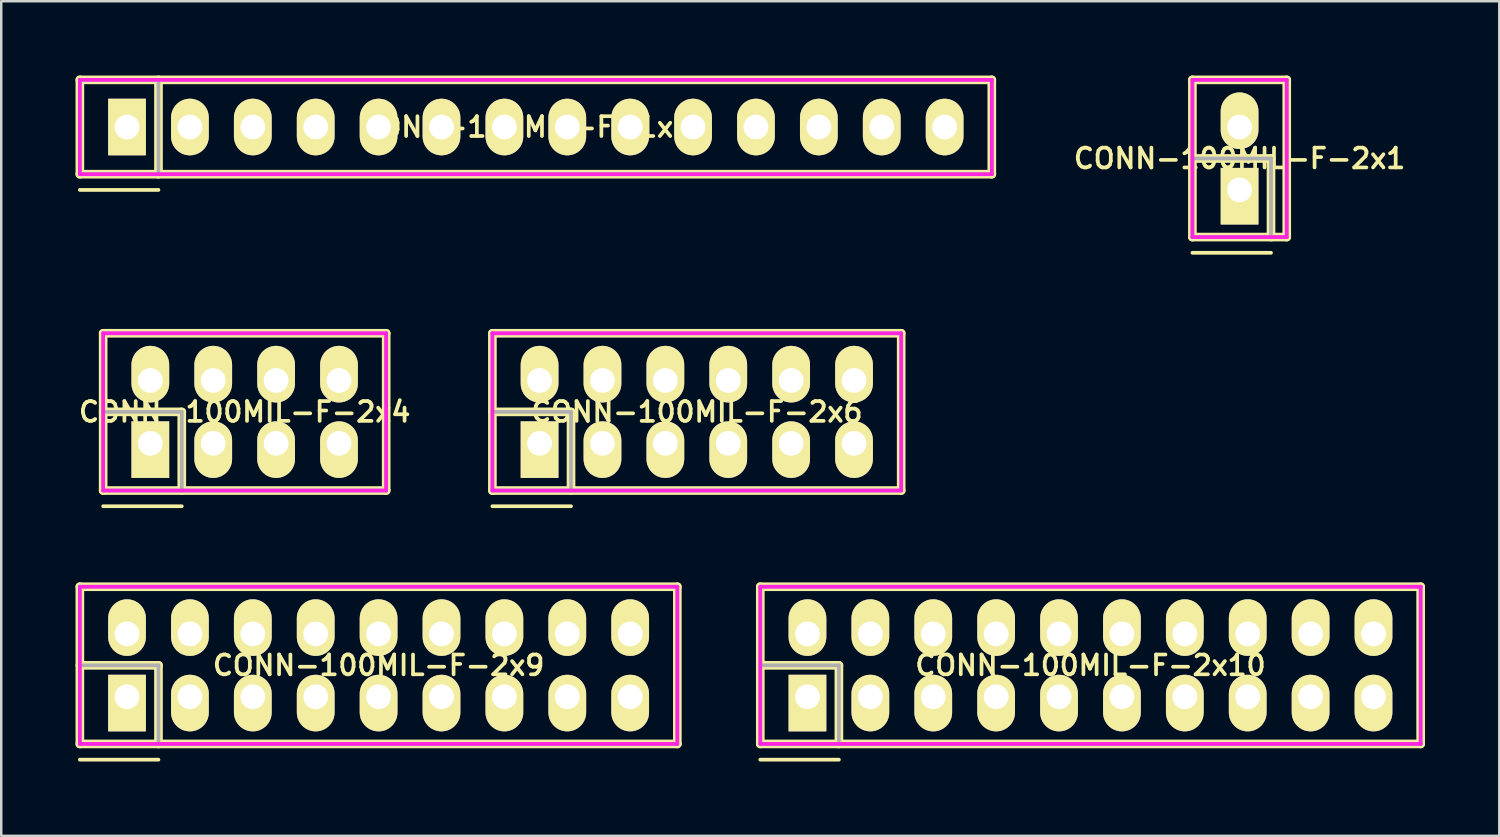
<source format=kicad_pcb>
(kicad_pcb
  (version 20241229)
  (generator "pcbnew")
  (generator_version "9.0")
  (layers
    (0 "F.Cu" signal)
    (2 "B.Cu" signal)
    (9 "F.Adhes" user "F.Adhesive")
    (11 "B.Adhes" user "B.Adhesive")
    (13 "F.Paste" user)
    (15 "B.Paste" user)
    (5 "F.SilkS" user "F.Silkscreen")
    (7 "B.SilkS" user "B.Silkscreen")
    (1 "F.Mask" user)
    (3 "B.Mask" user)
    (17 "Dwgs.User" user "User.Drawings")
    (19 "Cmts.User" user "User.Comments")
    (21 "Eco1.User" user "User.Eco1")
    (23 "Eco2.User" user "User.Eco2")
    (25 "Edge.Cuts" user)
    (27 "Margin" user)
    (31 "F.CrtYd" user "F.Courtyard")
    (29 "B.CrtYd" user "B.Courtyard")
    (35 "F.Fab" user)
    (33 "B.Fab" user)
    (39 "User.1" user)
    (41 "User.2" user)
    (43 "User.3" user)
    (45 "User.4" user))
  (footprint "CONN-100MIL-F-1x14"
    (layer "F.Cu")
    (at 18.59 2.08)
    (property "Reference" "CONN-100MIL-F-1x14" (at 0 0 0) (layer "F.SilkS") (effects (font (size 0.8 0.8) (thickness 0.15))))
    (attr through_hole)
    (fp_line (start -18.415 -1.905) (end 18.415 -1.905) (stroke (width 0.35) (type solid)) (layer "F.SilkS"))
    (fp_line (start -18.415 1.905) (end -18.415 -1.905) (stroke (width 0.35) (type solid)) (layer "F.SilkS"))
    (fp_line (start -18.415 2.54) (end -15.24 2.54) (stroke (width 0.15) (type solid)) (layer "F.SilkS"))
    (fp_line (start -15.24 -1.905) (end -15.24 1.905) (stroke (width 0.35) (type solid)) (layer "F.SilkS"))
    (fp_line (start 18.415 -1.905) (end 18.415 1.905) (stroke (width 0.35) (type solid)) (layer "F.SilkS"))
    (fp_line (start 18.415 1.905) (end -18.415 1.905) (stroke (width 0.35) (type solid)) (layer "F.SilkS"))
    (fp_line (start -18.415 -1.905) (end 18.415 -1.905) (stroke (width 0.15) (type solid)) (layer "F.CrtYd"))
    (fp_line (start -18.415 1.905) (end -18.415 -1.905) (stroke (width 0.15) (type solid)) (layer "F.CrtYd"))
    (fp_line (start 18.415 -1.905) (end 18.415 1.905) (stroke (width 0.15) (type solid)) (layer "F.CrtYd"))
    (fp_line (start 18.415 1.905) (end -18.415 1.905) (stroke (width 0.15) (type solid)) (layer "F.CrtYd"))
    (fp_line (start -18.415 -1.905) (end 18.415 -1.905) (stroke (width 0.15) (type solid)) (layer "F.Fab"))
    (fp_line (start -18.415 1.905) (end -18.415 -1.905) (stroke (width 0.15) (type solid)) (layer "F.Fab"))
    (fp_line (start -15.24 -1.905) (end -15.24 1.905) (stroke (width 0.15) (type solid)) (layer "F.Fab"))
    (fp_line (start 18.415 -1.905) (end 18.415 1.905) (stroke (width 0.15) (type solid)) (layer "F.Fab"))
    (fp_line (start 18.415 1.905) (end -18.415 1.905) (stroke (width 0.15) (type solid)) (layer "F.Fab"))
    (pad "1" thru_hole rect (at -16.51 0) (size 1.524 2.286) (drill 1) (layers "*.Cu" "*.Mask" "F.SilkS"))
    (pad "2" thru_hole oval (at -13.97 0) (size 1.524 2.286) (drill 1) (layers "*.Cu" "*.Mask" "F.SilkS"))
    (pad "3" thru_hole oval (at -11.43 0) (size 1.524 2.286) (drill 1) (layers "*.Cu" "*.Mask" "F.SilkS"))
    (pad "4" thru_hole oval (at -8.89 0) (size 1.524 2.286) (drill 1) (layers "*.Cu" "*.Mask" "F.SilkS"))
    (pad "5" thru_hole oval (at -6.35 0) (size 1.524 2.286) (drill 1) (layers "*.Cu" "*.Mask" "F.SilkS"))
    (pad "6" thru_hole oval (at -3.81 0) (size 1.524 2.286) (drill 1) (layers "*.Cu" "*.Mask" "F.SilkS"))
    (pad "7" thru_hole oval (at -1.27 0) (size 1.524 2.286) (drill 1) (layers "*.Cu" "*.Mask" "F.SilkS"))
    (pad "8" thru_hole oval (at 1.27 0) (size 1.524 2.286) (drill 1) (layers "*.Cu" "*.Mask" "F.SilkS"))
    (pad "9" thru_hole oval (at 3.81 0) (size 1.524 2.286) (drill 1) (layers "*.Cu" "*.Mask" "F.SilkS"))
    (pad "10" thru_hole oval (at 6.35 0) (size 1.524 2.286) (drill 1) (layers "*.Cu" "*.Mask" "F.SilkS"))
    (pad "11" thru_hole oval (at 8.89 0) (size 1.524 2.286) (drill 1) (layers "*.Cu" "*.Mask" "F.SilkS"))
    (pad "12" thru_hole oval (at 11.43 0) (size 1.524 2.286) (drill 1) (layers "*.Cu" "*.Mask" "F.SilkS"))
    (pad "13" thru_hole oval (at 13.97 0) (size 1.524 2.286) (drill 1) (layers "*.Cu" "*.Mask" "F.SilkS"))
    (pad "14" thru_hole oval (at 16.51 0) (size 1.524 2.286) (drill 1) (layers "*.Cu" "*.Mask" "F.SilkS")))
  (footprint "CONN-100MIL-F-2x10"
    (layer "F.Cu")
    (at 40.99 23.82)
    (property "Reference" "CONN-100MIL-F-2x10" (at 0 0 0) (layer "F.SilkS") (effects (font (size 0.8 0.8) (thickness 0.15))))
    (attr through_hole)
    (fp_line (start -13.335 -3.175) (end 13.335 -3.175) (stroke (width 0.35) (type solid)) (layer "F.SilkS"))
    (fp_line (start -13.335 0) (end -10.16 0) (stroke (width 0.35) (type solid)) (layer "F.SilkS"))
    (fp_line (start -13.335 3.175) (end -13.335 -3.175) (stroke (width 0.35) (type solid)) (layer "F.SilkS"))
    (fp_line (start -13.335 3.81) (end -10.16 3.81) (stroke (width 0.15) (type solid)) (layer "F.SilkS"))
    (fp_line (start -10.16 0) (end -10.16 3.175) (stroke (width 0.35) (type solid)) (layer "F.SilkS"))
    (fp_line (start 13.335 -3.175) (end 13.335 3.175) (stroke (width 0.35) (type solid)) (layer "F.SilkS"))
    (fp_line (start 13.335 3.175) (end -13.335 3.175) (stroke (width 0.35) (type solid)) (layer "F.SilkS"))
    (fp_line (start -13.335 -3.175) (end 13.335 -3.175) (stroke (width 0.15) (type solid)) (layer "F.CrtYd"))
    (fp_line (start -13.335 3.175) (end -13.335 -3.175) (stroke (width 0.15) (type solid)) (layer "F.CrtYd"))
    (fp_line (start 13.335 -3.175) (end 13.335 3.175) (stroke (width 0.15) (type solid)) (layer "F.CrtYd"))
    (fp_line (start 13.335 3.175) (end -13.335 3.175) (stroke (width 0.15) (type solid)) (layer "F.CrtYd"))
    (fp_line (start -13.335 -3.175) (end 13.335 -3.175) (stroke (width 0.15) (type solid)) (layer "F.Fab"))
    (fp_line (start -13.335 0) (end -10.16 0) (stroke (width 0.15) (type solid)) (layer "F.Fab"))
    (fp_line (start -13.335 3.175) (end -13.335 -3.175) (stroke (width 0.15) (type solid)) (layer "F.Fab"))
    (fp_line (start -10.16 0) (end -10.16 3.175) (stroke (width 0.15) (type solid)) (layer "F.Fab"))
    (fp_line (start 13.335 -3.175) (end 13.335 3.175) (stroke (width 0.15) (type solid)) (layer "F.Fab"))
    (fp_line (start 13.335 3.175) (end -13.335 3.175) (stroke (width 0.15) (type solid)) (layer "F.Fab"))
    (pad "1" thru_hole rect (at -11.43 1.27) (size 1.524 2.286) (drill 1 (offset 0 0.254)) (layers "*.Cu" "*.Mask" "F.SilkS"))
    (pad "2" thru_hole oval (at -11.43 -1.27) (size 1.524 2.286) (drill 1 (offset 0 -0.254)) (layers "*.Cu" "*.Mask" "F.SilkS"))
    (pad "3" thru_hole oval (at -8.89 1.27) (size 1.524 2.286) (drill 1 (offset 0 0.254)) (layers "*.Cu" "*.Mask" "F.SilkS"))
    (pad "4" thru_hole oval (at -8.89 -1.27) (size 1.524 2.286) (drill 1 (offset 0 -0.254)) (layers "*.Cu" "*.Mask" "F.SilkS"))
    (pad "5" thru_hole oval (at -6.35 1.27) (size 1.524 2.286) (drill 1 (offset 0 0.254)) (layers "*.Cu" "*.Mask" "F.SilkS"))
    (pad "6" thru_hole oval (at -6.35 -1.27) (size 1.524 2.286) (drill 1 (offset 0 -0.254)) (layers "*.Cu" "*.Mask" "F.SilkS"))
    (pad "7" thru_hole oval (at -3.81 1.27) (size 1.524 2.286) (drill 1 (offset 0 0.254)) (layers "*.Cu" "*.Mask" "F.SilkS"))
    (pad "8" thru_hole oval (at -3.81 -1.27) (size 1.524 2.286) (drill 1 (offset 0 -0.254)) (layers "*.Cu" "*.Mask" "F.SilkS"))
    (pad "9" thru_hole oval (at -1.27 1.27) (size 1.524 2.286) (drill 1 (offset 0 0.254)) (layers "*.Cu" "*.Mask" "F.SilkS"))
    (pad "10" thru_hole oval (at -1.27 -1.27) (size 1.524 2.286) (drill 1 (offset 0 -0.254)) (layers "*.Cu" "*.Mask" "F.SilkS"))
    (pad "11" thru_hole oval (at 1.27 1.27) (size 1.524 2.286) (drill 1 (offset 0 0.254)) (layers "*.Cu" "*.Mask" "F.SilkS"))
    (pad "12" thru_hole oval (at 1.27 -1.27) (size 1.524 2.286) (drill 1 (offset 0 -0.254)) (layers "*.Cu" "*.Mask" "F.SilkS"))
    (pad "13" thru_hole oval (at 3.81 1.27) (size 1.524 2.286) (drill 1 (offset 0 0.254)) (layers "*.Cu" "*.Mask" "F.SilkS"))
    (pad "14" thru_hole oval (at 3.81 -1.27) (size 1.524 2.286) (drill 1 (offset 0 -0.254)) (layers "*.Cu" "*.Mask" "F.SilkS"))
    (pad "15" thru_hole oval (at 6.35 1.27) (size 1.524 2.286) (drill 1 (offset 0 0.254)) (layers "*.Cu" "*.Mask" "F.SilkS"))
    (pad "16" thru_hole oval (at 6.35 -1.27) (size 1.524 2.286) (drill 1 (offset 0 -0.254)) (layers "*.Cu" "*.Mask" "F.SilkS"))
    (pad "17" thru_hole oval (at 8.89 1.27) (size 1.524 2.286) (drill 1 (offset 0 0.254)) (layers "*.Cu" "*.Mask" "F.SilkS"))
    (pad "18" thru_hole oval (at 8.89 -1.27) (size 1.524 2.286) (drill 1 (offset 0 -0.254)) (layers "*.Cu" "*.Mask" "F.SilkS"))
    (pad "19" thru_hole oval (at 11.43 1.27) (size 1.524 2.286) (drill 1 (offset 0 0.254)) (layers "*.Cu" "*.Mask" "F.SilkS"))
    (pad "20" thru_hole oval (at 11.43 -1.27) (size 1.524 2.286) (drill 1 (offset 0 -0.254)) (layers "*.Cu" "*.Mask" "F.SilkS")))
  (footprint "CONN-100MIL-F-2x4"
    (layer "F.Cu")
    (at 6.831 13.585)
    (property "Reference" "CONN-100MIL-F-2x4" (at 0 0 0) (layer "F.SilkS") (effects (font (size 0.8 0.8) (thickness 0.15))))
    (attr through_hole)
    (fp_line (start -5.715 -3.175) (end 5.715 -3.175) (stroke (width 0.35) (type solid)) (layer "F.SilkS"))
    (fp_line (start -5.715 0) (end -2.54 0) (stroke (width 0.35) (type solid)) (layer "F.SilkS"))
    (fp_line (start -5.715 3.175) (end -5.715 -3.175) (stroke (width 0.35) (type solid)) (layer "F.SilkS"))
    (fp_line (start -5.715 3.81) (end -2.54 3.81) (stroke (width 0.15) (type solid)) (layer "F.SilkS"))
    (fp_line (start -2.54 0) (end -2.54 3.175) (stroke (width 0.35) (type solid)) (layer "F.SilkS"))
    (fp_line (start 5.715 -3.175) (end 5.715 3.175) (stroke (width 0.35) (type solid)) (layer "F.SilkS"))
    (fp_line (start 5.715 3.175) (end -5.715 3.175) (stroke (width 0.35) (type solid)) (layer "F.SilkS"))
    (fp_line (start -5.715 -3.175) (end 5.715 -3.175) (stroke (width 0.15) (type solid)) (layer "F.CrtYd"))
    (fp_line (start -5.715 3.175) (end -5.715 -3.175) (stroke (width 0.15) (type solid)) (layer "F.CrtYd"))
    (fp_line (start 5.715 -3.175) (end 5.715 3.175) (stroke (width 0.15) (type solid)) (layer "F.CrtYd"))
    (fp_line (start 5.715 3.175) (end -5.715 3.175) (stroke (width 0.15) (type solid)) (layer "F.CrtYd"))
    (fp_line (start -5.715 -3.175) (end 5.715 -3.175) (stroke (width 0.15) (type solid)) (layer "F.Fab"))
    (fp_line (start -5.715 0) (end -2.54 0) (stroke (width 0.15) (type solid)) (layer "F.Fab"))
    (fp_line (start -5.715 3.175) (end -5.715 -3.175) (stroke (width 0.15) (type solid)) (layer "F.Fab"))
    (fp_line (start -2.54 0) (end -2.54 3.175) (stroke (width 0.15) (type solid)) (layer "F.Fab"))
    (fp_line (start 5.715 -3.175) (end 5.715 3.175) (stroke (width 0.15) (type solid)) (layer "F.Fab"))
    (fp_line (start 5.715 3.175) (end -5.715 3.175) (stroke (width 0.15) (type solid)) (layer "F.Fab"))
    (pad "1" thru_hole rect (at -3.81 1.27) (size 1.524 2.286) (drill 1 (offset 0 0.254)) (layers "*.Cu" "*.Mask" "F.SilkS"))
    (pad "2" thru_hole oval (at -3.81 -1.27) (size 1.524 2.286) (drill 1 (offset 0 -0.254)) (layers "*.Cu" "*.Mask" "F.SilkS"))
    (pad "3" thru_hole oval (at -1.27 1.27) (size 1.524 2.286) (drill 1 (offset 0 0.254)) (layers "*.Cu" "*.Mask" "F.SilkS"))
    (pad "4" thru_hole oval (at -1.27 -1.27) (size 1.524 2.286) (drill 1 (offset 0 -0.254)) (layers "*.Cu" "*.Mask" "F.SilkS"))
    (pad "5" thru_hole oval (at 1.27 1.27) (size 1.524 2.286) (drill 1 (offset 0 0.254)) (layers "*.Cu" "*.Mask" "F.SilkS"))
    (pad "6" thru_hole oval (at 1.27 -1.27) (size 1.524 2.286) (drill 1 (offset 0 -0.254)) (layers "*.Cu" "*.Mask" "F.SilkS"))
    (pad "7" thru_hole oval (at 3.81 1.27) (size 1.524 2.286) (drill 1 (offset 0 0.254)) (layers "*.Cu" "*.Mask" "F.SilkS"))
    (pad "8" thru_hole oval (at 3.81 -1.27) (size 1.524 2.286) (drill 1 (offset 0 -0.254)) (layers "*.Cu" "*.Mask" "F.SilkS")))
  (footprint "CONN-100MIL-F-2x6"
    (layer "F.Cu")
    (at 25.091 13.585)
    (property "Reference" "CONN-100MIL-F-2x6" (at 0 0 0) (layer "F.SilkS") (effects (font (size 0.8 0.8) (thickness 0.15))))
    (attr through_hole)
    (fp_line (start -8.255 -3.175) (end 8.255 -3.175) (stroke (width 0.35) (type solid)) (layer "F.SilkS"))
    (fp_line (start -8.255 0) (end -5.08 0) (stroke (width 0.35) (type solid)) (layer "F.SilkS"))
    (fp_line (start -8.255 3.175) (end -8.255 -3.175) (stroke (width 0.35) (type solid)) (layer "F.SilkS"))
    (fp_line (start -8.255 3.81) (end -5.08 3.81) (stroke (width 0.15) (type solid)) (layer "F.SilkS"))
    (fp_line (start -5.08 0) (end -5.08 3.175) (stroke (width 0.35) (type solid)) (layer "F.SilkS"))
    (fp_line (start 8.255 -3.175) (end 8.255 3.175) (stroke (width 0.35) (type solid)) (layer "F.SilkS"))
    (fp_line (start 8.255 3.175) (end -8.255 3.175) (stroke (width 0.35) (type solid)) (layer "F.SilkS"))
    (fp_line (start -8.255 -3.175) (end 8.255 -3.175) (stroke (width 0.15) (type solid)) (layer "F.CrtYd"))
    (fp_line (start -8.255 3.175) (end -8.255 -3.175) (stroke (width 0.15) (type solid)) (layer "F.CrtYd"))
    (fp_line (start 8.255 -3.175) (end 8.255 3.175) (stroke (width 0.15) (type solid)) (layer "F.CrtYd"))
    (fp_line (start 8.255 3.175) (end -8.255 3.175) (stroke (width 0.15) (type solid)) (layer "F.CrtYd"))
    (fp_line (start -8.255 -3.175) (end 8.255 -3.175) (stroke (width 0.15) (type solid)) (layer "F.Fab"))
    (fp_line (start -8.255 0) (end -5.08 0) (stroke (width 0.15) (type solid)) (layer "F.Fab"))
    (fp_line (start -8.255 3.175) (end -8.255 -3.175) (stroke (width 0.15) (type solid)) (layer "F.Fab"))
    (fp_line (start -5.08 0) (end -5.08 3.175) (stroke (width 0.15) (type solid)) (layer "F.Fab"))
    (fp_line (start 8.255 -3.175) (end 8.255 3.175) (stroke (width 0.15) (type solid)) (layer "F.Fab"))
    (fp_line (start 8.255 3.175) (end -8.255 3.175) (stroke (width 0.15) (type solid)) (layer "F.Fab"))
    (pad "1" thru_hole rect (at -6.35 1.27) (size 1.524 2.286) (drill 1 (offset 0 0.254)) (layers "*.Cu" "*.Mask" "F.SilkS"))
    (pad "2" thru_hole oval (at -6.35 -1.27) (size 1.524 2.286) (drill 1 (offset 0 -0.254)) (layers "*.Cu" "*.Mask" "F.SilkS"))
    (pad "3" thru_hole oval (at -3.81 1.27) (size 1.524 2.286) (drill 1 (offset 0 0.254)) (layers "*.Cu" "*.Mask" "F.SilkS"))
    (pad "4" thru_hole oval (at -3.81 -1.27) (size 1.524 2.286) (drill 1 (offset 0 -0.254)) (layers "*.Cu" "*.Mask" "F.SilkS"))
    (pad "5" thru_hole oval (at -1.27 1.27) (size 1.524 2.286) (drill 1 (offset 0 0.254)) (layers "*.Cu" "*.Mask" "F.SilkS"))
    (pad "6" thru_hole oval (at -1.27 -1.27) (size 1.524 2.286) (drill 1 (offset 0 -0.254)) (layers "*.Cu" "*.Mask" "F.SilkS"))
    (pad "7" thru_hole oval (at 1.27 1.27) (size 1.524 2.286) (drill 1 (offset 0 0.254)) (layers "*.Cu" "*.Mask" "F.SilkS"))
    (pad "8" thru_hole oval (at 1.27 -1.27) (size 1.524 2.286) (drill 1 (offset 0 -0.254)) (layers "*.Cu" "*.Mask" "F.SilkS"))
    (pad "9" thru_hole oval (at 3.81 1.27) (size 1.524 2.286) (drill 1 (offset 0 0.254)) (layers "*.Cu" "*.Mask" "F.SilkS"))
    (pad "10" thru_hole oval (at 3.81 -1.27) (size 1.524 2.286) (drill 1 (offset 0 -0.254)) (layers "*.Cu" "*.Mask" "F.SilkS"))
    (pad "11" thru_hole oval (at 6.35 1.27) (size 1.524 2.286) (drill 1 (offset 0 0.254)) (layers "*.Cu" "*.Mask" "F.SilkS"))
    (pad "12" thru_hole oval (at 6.35 -1.27) (size 1.524 2.286) (drill 1 (offset 0 -0.254)) (layers "*.Cu" "*.Mask" "F.SilkS")))
  (footprint "CONN-100MIL-F-2x1"
    (layer "F.Cu")
    (at 47.011 3.35)
    (property "Reference" "CONN-100MIL-F-2x1" (at 0 0 0) (layer "F.SilkS") (effects (font (size 0.8 0.8) (thickness 0.15))))
    (attr through_hole)
    (fp_line (start -1.905 -3.175) (end 1.905 -3.175) (stroke (width 0.35) (type solid)) (layer "F.SilkS"))
    (fp_line (start -1.905 0) (end 1.27 0) (stroke (width 0.35) (type solid)) (layer "F.SilkS"))
    (fp_line (start -1.905 3.175) (end -1.905 -3.175) (stroke (width 0.35) (type solid)) (layer "F.SilkS"))
    (fp_line (start -1.905 3.81) (end 1.27 3.81) (stroke (width 0.15) (type solid)) (layer "F.SilkS"))
    (fp_line (start 1.27 0) (end 1.27 3.175) (stroke (width 0.35) (type solid)) (layer "F.SilkS"))
    (fp_line (start 1.905 -3.175) (end 1.905 3.175) (stroke (width 0.35) (type solid)) (layer "F.SilkS"))
    (fp_line (start 1.905 3.175) (end -1.905 3.175) (stroke (width 0.35) (type solid)) (layer "F.SilkS"))
    (fp_line (start -1.905 -3.175) (end 1.905 -3.175) (stroke (width 0.15) (type solid)) (layer "F.CrtYd"))
    (fp_line (start -1.905 3.175) (end -1.905 -3.175) (stroke (width 0.15) (type solid)) (layer "F.CrtYd"))
    (fp_line (start 1.905 -3.175) (end 1.905 3.175) (stroke (width 0.15) (type solid)) (layer "F.CrtYd"))
    (fp_line (start 1.905 3.175) (end -1.905 3.175) (stroke (width 0.15) (type solid)) (layer "F.CrtYd"))
    (fp_line (start -1.905 -3.175) (end 1.905 -3.175) (stroke (width 0.15) (type solid)) (layer "F.Fab"))
    (fp_line (start -1.905 0) (end 1.27 0) (stroke (width 0.15) (type solid)) (layer "F.Fab"))
    (fp_line (start -1.905 3.175) (end -1.905 -3.175) (stroke (width 0.15) (type solid)) (layer "F.Fab"))
    (fp_line (start 1.27 0) (end 1.27 3.175) (stroke (width 0.15) (type solid)) (layer "F.Fab"))
    (fp_line (start 1.905 -3.175) (end 1.905 3.175) (stroke (width 0.15) (type solid)) (layer "F.Fab"))
    (fp_line (start 1.905 3.175) (end -1.905 3.175) (stroke (width 0.15) (type solid)) (layer "F.Fab"))
    (pad "1" thru_hole rect (at 0 1.27) (size 1.524 2.286) (drill 1 (offset 0 0.254)) (layers "*.Cu" "*.Mask" "F.SilkS"))
    (pad "2" thru_hole oval (at 0 -1.27) (size 1.524 2.286) (drill 1 (offset 0 -0.254)) (layers "*.Cu" "*.Mask" "F.SilkS")))
  (footprint "CONN-100MIL-F-2x9"
    (layer "F.Cu")
    (at 12.24 23.82)
    (property "Reference" "CONN-100MIL-F-2x9" (at 0 0 0) (layer "F.SilkS") (effects (font (size 0.8 0.8) (thickness 0.15))))
    (attr through_hole)
    (fp_line (start -12.065 -3.175) (end 12.065 -3.175) (stroke (width 0.35) (type solid)) (layer "F.SilkS"))
    (fp_line (start -12.065 0) (end -8.89 0) (stroke (width 0.35) (type solid)) (layer "F.SilkS"))
    (fp_line (start -12.065 3.175) (end -12.065 -3.175) (stroke (width 0.35) (type solid)) (layer "F.SilkS"))
    (fp_line (start -12.065 3.81) (end -8.89 3.81) (stroke (width 0.15) (type solid)) (layer "F.SilkS"))
    (fp_line (start -8.89 0) (end -8.89 3.175) (stroke (width 0.35) (type solid)) (layer "F.SilkS"))
    (fp_line (start 12.065 -3.175) (end 12.065 3.175) (stroke (width 0.35) (type solid)) (layer "F.SilkS"))
    (fp_line (start 12.065 3.175) (end -12.065 3.175) (stroke (width 0.35) (type solid)) (layer "F.SilkS"))
    (fp_line (start -12.065 -3.175) (end 12.065 -3.175) (stroke (width 0.15) (type solid)) (layer "F.CrtYd"))
    (fp_line (start -12.065 3.175) (end -12.065 -3.175) (stroke (width 0.15) (type solid)) (layer "F.CrtYd"))
    (fp_line (start 12.065 -3.175) (end 12.065 3.175) (stroke (width 0.15) (type solid)) (layer "F.CrtYd"))
    (fp_line (start 12.065 3.175) (end -12.065 3.175) (stroke (width 0.15) (type solid)) (layer "F.CrtYd"))
    (fp_line (start -12.065 -3.175) (end 12.065 -3.175) (stroke (width 0.15) (type solid)) (layer "F.Fab"))
    (fp_line (start -12.065 0) (end -8.89 0) (stroke (width 0.15) (type solid)) (layer "F.Fab"))
    (fp_line (start -12.065 3.175) (end -12.065 -3.175) (stroke (width 0.15) (type solid)) (layer "F.Fab"))
    (fp_line (start -8.89 0) (end -8.89 3.175) (stroke (width 0.15) (type solid)) (layer "F.Fab"))
    (fp_line (start 12.065 -3.175) (end 12.065 3.175) (stroke (width 0.15) (type solid)) (layer "F.Fab"))
    (fp_line (start 12.065 3.175) (end -12.065 3.175) (stroke (width 0.15) (type solid)) (layer "F.Fab"))
    (pad "1" thru_hole rect (at -10.16 1.27) (size 1.524 2.286) (drill 1 (offset 0 0.254)) (layers "*.Cu" "*.Mask" "F.SilkS"))
    (pad "2" thru_hole oval (at -10.16 -1.27) (size 1.524 2.286) (drill 1 (offset 0 -0.254)) (layers "*.Cu" "*.Mask" "F.SilkS"))
    (pad "3" thru_hole oval (at -7.62 1.27) (size 1.524 2.286) (drill 1 (offset 0 0.254)) (layers "*.Cu" "*.Mask" "F.SilkS"))
    (pad "4" thru_hole oval (at -7.62 -1.27) (size 1.524 2.286) (drill 1 (offset 0 -0.254)) (layers "*.Cu" "*.Mask" "F.SilkS"))
    (pad "5" thru_hole oval (at -5.08 1.27) (size 1.524 2.286) (drill 1 (offset 0 0.254)) (layers "*.Cu" "*.Mask" "F.SilkS"))
    (pad "6" thru_hole oval (at -5.08 -1.27) (size 1.524 2.286) (drill 1 (offset 0 -0.254)) (layers "*.Cu" "*.Mask" "F.SilkS"))
    (pad "7" thru_hole oval (at -2.54 1.27) (size 1.524 2.286) (drill 1 (offset 0 0.254)) (layers "*.Cu" "*.Mask" "F.SilkS"))
    (pad "8" thru_hole oval (at -2.54 -1.27) (size 1.524 2.286) (drill 1 (offset 0 -0.254)) (layers "*.Cu" "*.Mask" "F.SilkS"))
    (pad "9" thru_hole oval (at 0 1.27) (size 1.524 2.286) (drill 1 (offset 0 0.254)) (layers "*.Cu" "*.Mask" "F.SilkS"))
    (pad "10" thru_hole oval (at 0 -1.27) (size 1.524 2.286) (drill 1 (offset 0 -0.254)) (layers "*.Cu" "*.Mask" "F.SilkS"))
    (pad "11" thru_hole oval (at 2.54 1.27) (size 1.524 2.286) (drill 1 (offset 0 0.254)) (layers "*.Cu" "*.Mask" "F.SilkS"))
    (pad "12" thru_hole oval (at 2.54 -1.27) (size 1.524 2.286) (drill 1 (offset 0 -0.254)) (layers "*.Cu" "*.Mask" "F.SilkS"))
    (pad "13" thru_hole oval (at 5.08 1.27) (size 1.524 2.286) (drill 1 (offset 0 0.254)) (layers "*.Cu" "*.Mask" "F.SilkS"))
    (pad "14" thru_hole oval (at 5.08 -1.27) (size 1.524 2.286) (drill 1 (offset 0 -0.254)) (layers "*.Cu" "*.Mask" "F.SilkS"))
    (pad "15" thru_hole oval (at 7.62 1.27) (size 1.524 2.286) (drill 1 (offset 0 0.254)) (layers "*.Cu" "*.Mask" "F.SilkS"))
    (pad "16" thru_hole oval (at 7.62 -1.27) (size 1.524 2.286) (drill 1 (offset 0 -0.254)) (layers "*.Cu" "*.Mask" "F.SilkS"))
    (pad "17" thru_hole oval (at 10.16 1.27) (size 1.524 2.286) (drill 1 (offset 0 0.254)) (layers "*.Cu" "*.Mask" "F.SilkS"))
    (pad "18" thru_hole oval (at 10.16 -1.27) (size 1.524 2.286) (drill 1 (offset 0 -0.254)) (layers "*.Cu" "*.Mask" "F.SilkS")))
  (gr_rect
    (start -3 -3)
    (end 57.5 30.705)
    (stroke (width 0.1) (type default))
    (fill no)
    (layer "Edge.Cuts")))
</source>
